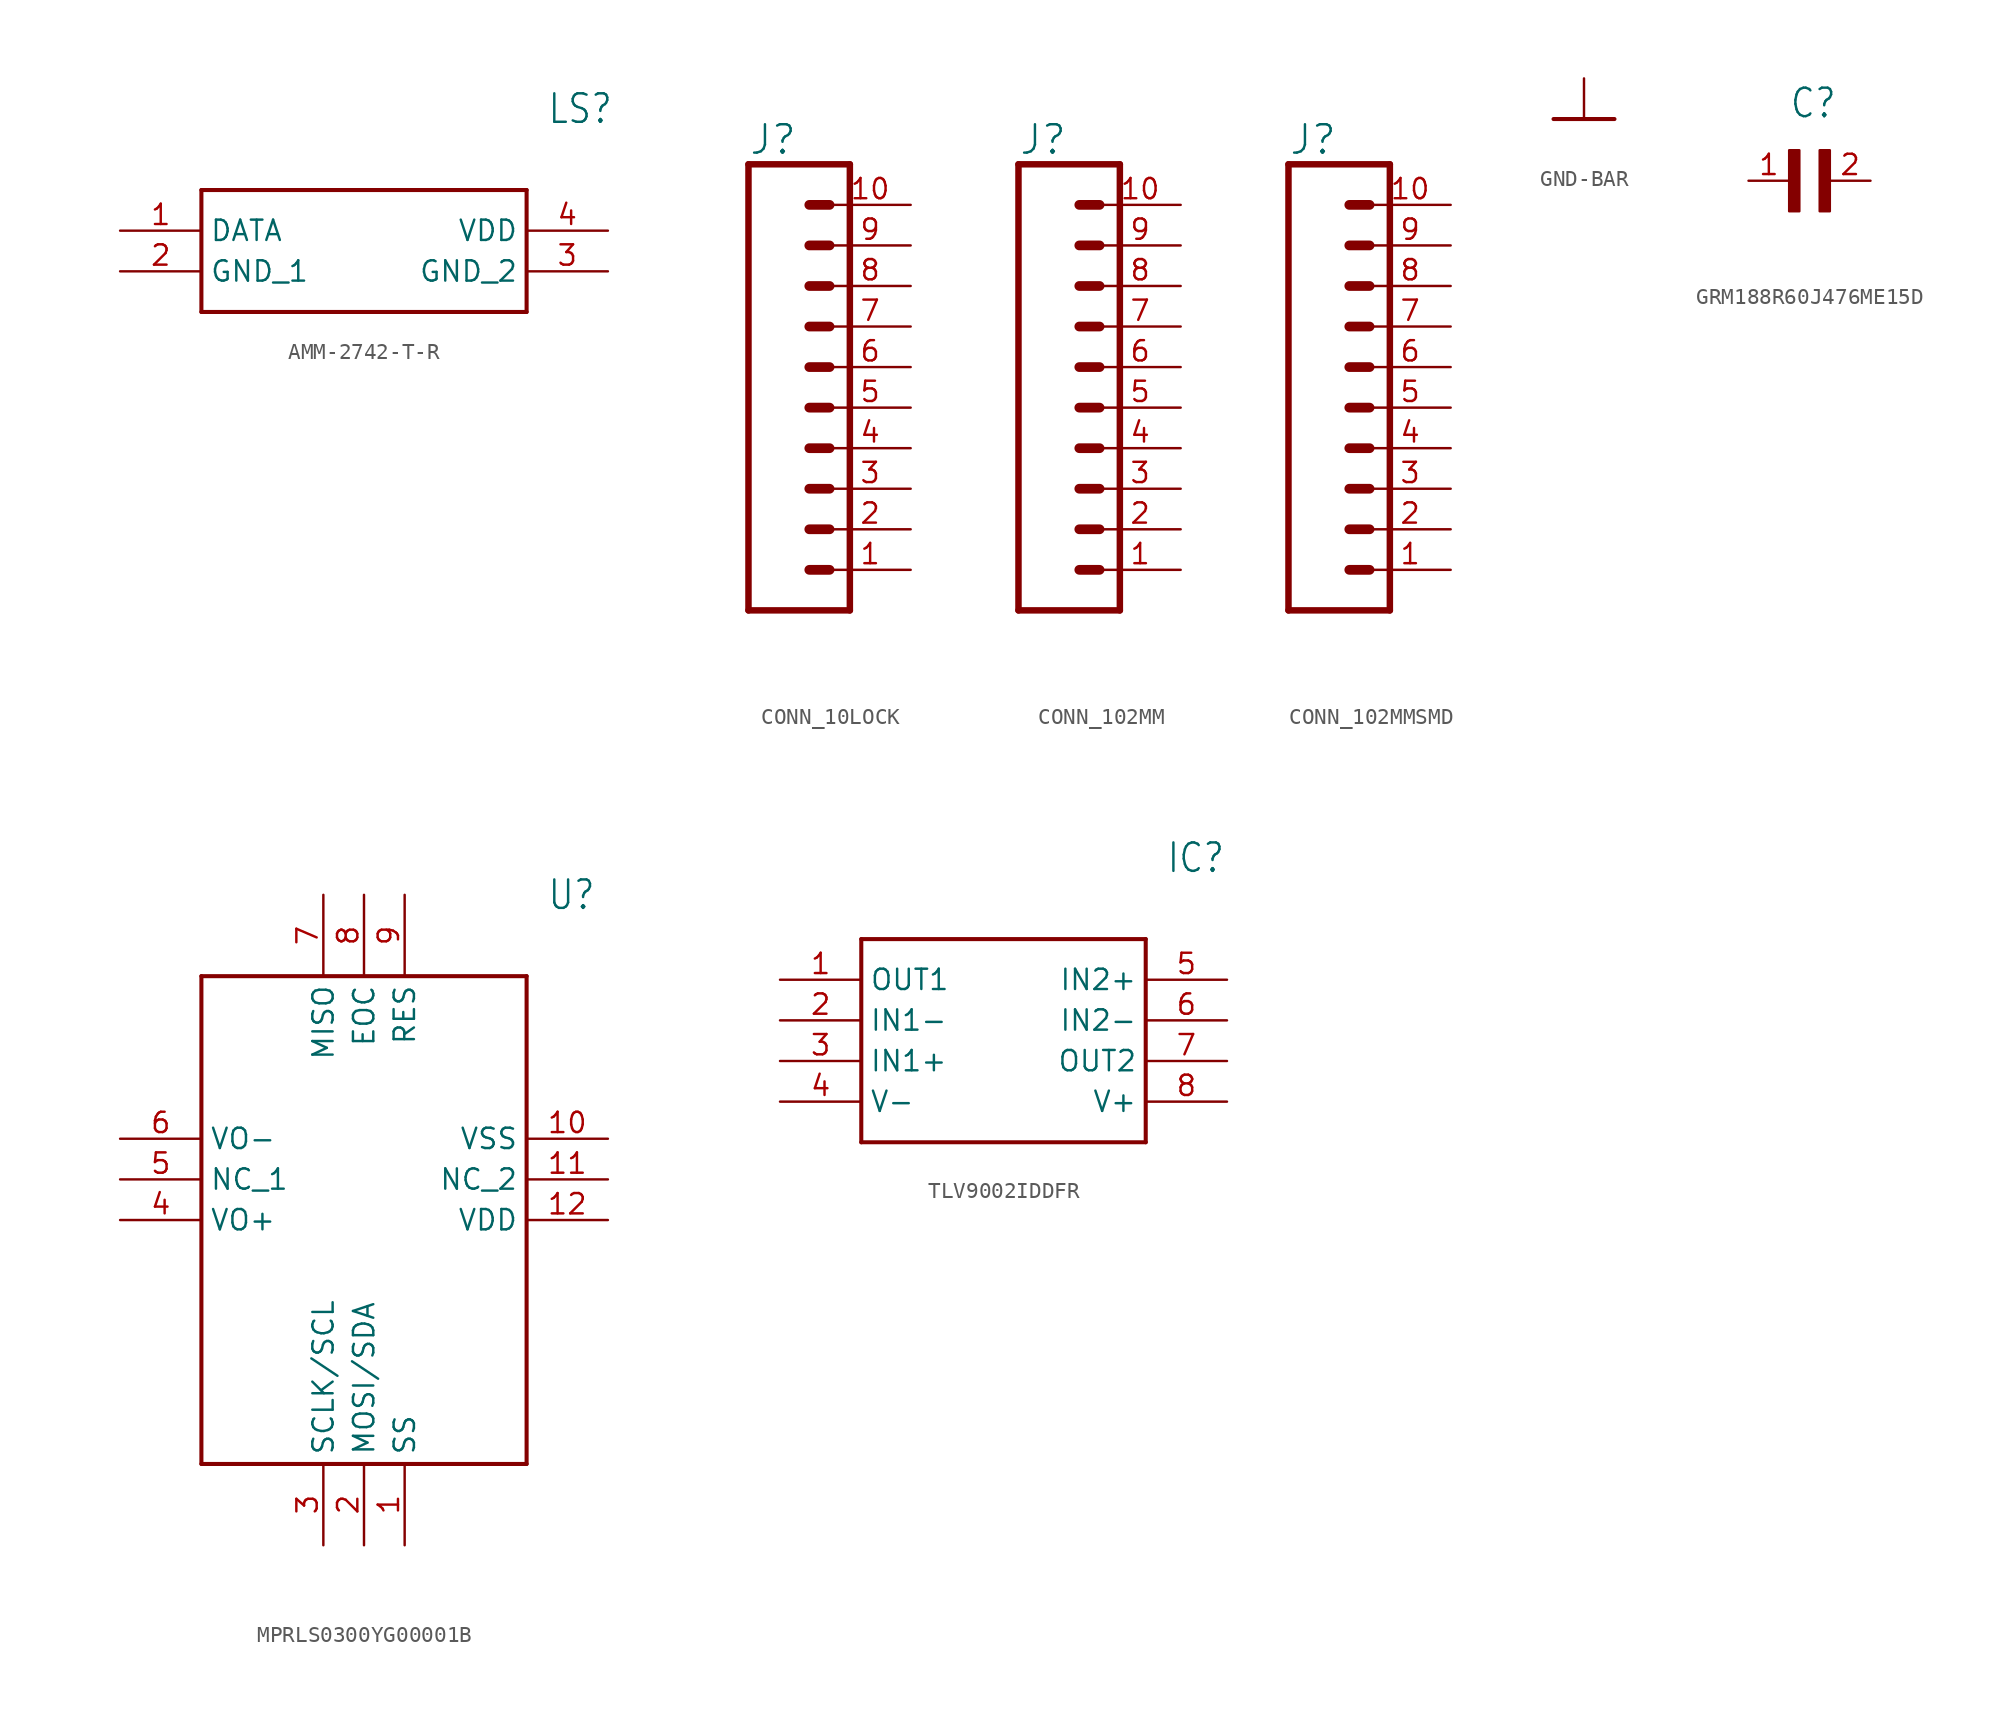
<source format=kicad_sym>
(kicad_symbol_lib
  (version 20231120)
  (generator "kicad_symbol_editor")
  (generator_version "8.0")
  (symbol "AMM-2742-T-R"
    (property "Reference" "LS"
      (at 26.67 7.62 0)
      (effects (font (size 1.778 1.511)) (justify left)))
    (property "Value" ""
      (at 26.67 5.08 0)
      (effects (font (size 1.778 1.511)) (justify left)))
    (property "ki_locked" ""
      (at 0 0 0)
      (effects (font (size 1.27 1.27))))
    (symbol "AMM-2742-T-R_1_0"
      (polyline (pts (xy 5.08 2.54) (xy 5.08 -5.08)) (stroke (width 0.254) (type solid)) (fill (type none)))
      (polyline (pts (xy 5.08 2.54) (xy 25.4 2.54)) (stroke (width 0.254) (type solid)) (fill (type none)))
      (polyline (pts (xy 25.4 -5.08) (xy 5.08 -5.08)) (stroke (width 0.254) (type solid)) (fill (type none)))
      (polyline (pts (xy 25.4 -5.08) (xy 25.4 2.54)) (stroke (width 0.254) (type solid)) (fill (type none)))
      (pin bidirectional line (at 0 0 0) (length 5.08) (name "DATA" (effects (font (size 1.27 1.27)))) (number "1" (effects (font (size 1.27 1.27)))))
      (pin bidirectional line (at 0 -2.54 0) (length 5.08) (name "GND_1" (effects (font (size 1.27 1.27)))) (number "2" (effects (font (size 1.27 1.27)))))
      (pin bidirectional line (at 30.48 -2.54 180) (length 5.08) (name "GND_2" (effects (font (size 1.27 1.27)))) (number "3" (effects (font (size 1.27 1.27)))))
      (pin bidirectional line (at 30.48 0 180) (length 5.08) (name "VDD" (effects (font (size 1.27 1.27)))) (number "4" (effects (font (size 1.27 1.27)))))))
  (symbol "CONN_10LOCK"
    (property "Reference" "J"
      (at 0 8.128 0)
      (effects (font (size 1.778 1.778)) (justify left bottom)))
    (property "Value" ""
      (at 0 -22.606 0)
      (effects (font (size 1.778 1.778)) (justify left bottom)))
    (property "ki_locked" ""
      (at 0 0 0)
      (effects (font (size 1.27 1.27))))
    (symbol "CONN_10LOCK_1_0"
      (polyline (pts (xy 0 7.62) (xy 0 -20.32)) (stroke (width 0.406) (type solid)) (fill (type none)))
      (polyline (pts (xy 0 7.62) (xy 6.35 7.62)) (stroke (width 0.406) (type solid)) (fill (type none)))
      (polyline (pts (xy 3.81 -17.78) (xy 5.08 -17.78)) (stroke (width 0.61) (type solid)) (fill (type none)))
      (polyline (pts (xy 3.81 -15.24) (xy 5.08 -15.24)) (stroke (width 0.61) (type solid)) (fill (type none)))
      (polyline (pts (xy 3.81 -12.7) (xy 5.08 -12.7)) (stroke (width 0.61) (type solid)) (fill (type none)))
      (polyline (pts (xy 3.81 -10.16) (xy 5.08 -10.16)) (stroke (width 0.61) (type solid)) (fill (type none)))
      (polyline (pts (xy 3.81 -7.62) (xy 5.08 -7.62)) (stroke (width 0.61) (type solid)) (fill (type none)))
      (polyline (pts (xy 3.81 -5.08) (xy 5.08 -5.08)) (stroke (width 0.61) (type solid)) (fill (type none)))
      (polyline (pts (xy 3.81 -2.54) (xy 5.08 -2.54)) (stroke (width 0.61) (type solid)) (fill (type none)))
      (polyline (pts (xy 3.81 0) (xy 5.08 0)) (stroke (width 0.61) (type solid)) (fill (type none)))
      (polyline (pts (xy 3.81 2.54) (xy 5.08 2.54)) (stroke (width 0.61) (type solid)) (fill (type none)))
      (polyline (pts (xy 3.81 5.08) (xy 5.08 5.08)) (stroke (width 0.61) (type solid)) (fill (type none)))
      (polyline (pts (xy 6.35 -20.32) (xy 0 -20.32)) (stroke (width 0.406) (type solid)) (fill (type none)))
      (polyline (pts (xy 6.35 -20.32) (xy 6.35 7.62)) (stroke (width 0.406) (type solid)) (fill (type none)))
      (pin passive line (at 10.16 -17.78 180) (length 5.08) (name "1" (effects (font (size 0 0)))) (number "1" (effects (font (size 1.27 1.27)))))
      (pin passive line (at 10.16 5.08 180) (length 5.08) (name "10" (effects (font (size 0 0)))) (number "10" (effects (font (size 1.27 1.27)))))
      (pin passive line (at 10.16 -15.24 180) (length 5.08) (name "2" (effects (font (size 0 0)))) (number "2" (effects (font (size 1.27 1.27)))))
      (pin passive line (at 10.16 -12.7 180) (length 5.08) (name "3" (effects (font (size 0 0)))) (number "3" (effects (font (size 1.27 1.27)))))
      (pin passive line (at 10.16 -10.16 180) (length 5.08) (name "4" (effects (font (size 0 0)))) (number "4" (effects (font (size 1.27 1.27)))))
      (pin passive line (at 10.16 -7.62 180) (length 5.08) (name "5" (effects (font (size 0 0)))) (number "5" (effects (font (size 1.27 1.27)))))
      (pin passive line (at 10.16 -5.08 180) (length 5.08) (name "6" (effects (font (size 0 0)))) (number "6" (effects (font (size 1.27 1.27)))))
      (pin passive line (at 10.16 -2.54 180) (length 5.08) (name "7" (effects (font (size 0 0)))) (number "7" (effects (font (size 1.27 1.27)))))
      (pin passive line (at 10.16 0 180) (length 5.08) (name "8" (effects (font (size 0 0)))) (number "8" (effects (font (size 1.27 1.27)))))
      (pin passive line (at 10.16 2.54 180) (length 5.08) (name "9" (effects (font (size 0 0)))) (number "9" (effects (font (size 1.27 1.27)))))))
  (symbol "CONN_102MM"
    (property "Reference" "J"
      (at 0 8.128 0)
      (effects (font (size 1.778 1.778)) (justify left bottom)))
    (property "Value" ""
      (at 0 -22.606 0)
      (effects (font (size 1.778 1.778)) (justify left bottom)))
    (property "ki_locked" ""
      (at 0 0 0)
      (effects (font (size 1.27 1.27))))
    (symbol "CONN_102MM_1_0"
      (polyline (pts (xy 0 7.62) (xy 0 -20.32)) (stroke (width 0.406) (type solid)) (fill (type none)))
      (polyline (pts (xy 0 7.62) (xy 6.35 7.62)) (stroke (width 0.406) (type solid)) (fill (type none)))
      (polyline (pts (xy 3.81 -17.78) (xy 5.08 -17.78)) (stroke (width 0.61) (type solid)) (fill (type none)))
      (polyline (pts (xy 3.81 -15.24) (xy 5.08 -15.24)) (stroke (width 0.61) (type solid)) (fill (type none)))
      (polyline (pts (xy 3.81 -12.7) (xy 5.08 -12.7)) (stroke (width 0.61) (type solid)) (fill (type none)))
      (polyline (pts (xy 3.81 -10.16) (xy 5.08 -10.16)) (stroke (width 0.61) (type solid)) (fill (type none)))
      (polyline (pts (xy 3.81 -7.62) (xy 5.08 -7.62)) (stroke (width 0.61) (type solid)) (fill (type none)))
      (polyline (pts (xy 3.81 -5.08) (xy 5.08 -5.08)) (stroke (width 0.61) (type solid)) (fill (type none)))
      (polyline (pts (xy 3.81 -2.54) (xy 5.08 -2.54)) (stroke (width 0.61) (type solid)) (fill (type none)))
      (polyline (pts (xy 3.81 0) (xy 5.08 0)) (stroke (width 0.61) (type solid)) (fill (type none)))
      (polyline (pts (xy 3.81 2.54) (xy 5.08 2.54)) (stroke (width 0.61) (type solid)) (fill (type none)))
      (polyline (pts (xy 3.81 5.08) (xy 5.08 5.08)) (stroke (width 0.61) (type solid)) (fill (type none)))
      (polyline (pts (xy 6.35 -20.32) (xy 0 -20.32)) (stroke (width 0.406) (type solid)) (fill (type none)))
      (polyline (pts (xy 6.35 -20.32) (xy 6.35 7.62)) (stroke (width 0.406) (type solid)) (fill (type none)))
      (pin passive line (at 10.16 -17.78 180) (length 5.08) (name "1" (effects (font (size 0 0)))) (number "1" (effects (font (size 1.27 1.27)))))
      (pin passive line (at 10.16 5.08 180) (length 5.08) (name "10" (effects (font (size 0 0)))) (number "10" (effects (font (size 1.27 1.27)))))
      (pin passive line (at 10.16 -15.24 180) (length 5.08) (name "2" (effects (font (size 0 0)))) (number "2" (effects (font (size 1.27 1.27)))))
      (pin passive line (at 10.16 -12.7 180) (length 5.08) (name "3" (effects (font (size 0 0)))) (number "3" (effects (font (size 1.27 1.27)))))
      (pin passive line (at 10.16 -10.16 180) (length 5.08) (name "4" (effects (font (size 0 0)))) (number "4" (effects (font (size 1.27 1.27)))))
      (pin passive line (at 10.16 -7.62 180) (length 5.08) (name "5" (effects (font (size 0 0)))) (number "5" (effects (font (size 1.27 1.27)))))
      (pin passive line (at 10.16 -5.08 180) (length 5.08) (name "6" (effects (font (size 0 0)))) (number "6" (effects (font (size 1.27 1.27)))))
      (pin passive line (at 10.16 -2.54 180) (length 5.08) (name "7" (effects (font (size 0 0)))) (number "7" (effects (font (size 1.27 1.27)))))
      (pin passive line (at 10.16 0 180) (length 5.08) (name "8" (effects (font (size 0 0)))) (number "8" (effects (font (size 1.27 1.27)))))
      (pin passive line (at 10.16 2.54 180) (length 5.08) (name "9" (effects (font (size 0 0)))) (number "9" (effects (font (size 1.27 1.27)))))))
  (symbol "CONN_102MMSMD"
    (property "Reference" "J"
      (at 0 8.128 0)
      (effects (font (size 1.778 1.778)) (justify left bottom)))
    (property "Value" ""
      (at 0 -22.606 0)
      (effects (font (size 1.778 1.778)) (justify left bottom)))
    (property "ki_locked" ""
      (at 0 0 0)
      (effects (font (size 1.27 1.27))))
    (symbol "CONN_102MMSMD_1_0"
      (polyline (pts (xy 0 7.62) (xy 0 -20.32)) (stroke (width 0.406) (type solid)) (fill (type none)))
      (polyline (pts (xy 0 7.62) (xy 6.35 7.62)) (stroke (width 0.406) (type solid)) (fill (type none)))
      (polyline (pts (xy 3.81 -17.78) (xy 5.08 -17.78)) (stroke (width 0.61) (type solid)) (fill (type none)))
      (polyline (pts (xy 3.81 -15.24) (xy 5.08 -15.24)) (stroke (width 0.61) (type solid)) (fill (type none)))
      (polyline (pts (xy 3.81 -12.7) (xy 5.08 -12.7)) (stroke (width 0.61) (type solid)) (fill (type none)))
      (polyline (pts (xy 3.81 -10.16) (xy 5.08 -10.16)) (stroke (width 0.61) (type solid)) (fill (type none)))
      (polyline (pts (xy 3.81 -7.62) (xy 5.08 -7.62)) (stroke (width 0.61) (type solid)) (fill (type none)))
      (polyline (pts (xy 3.81 -5.08) (xy 5.08 -5.08)) (stroke (width 0.61) (type solid)) (fill (type none)))
      (polyline (pts (xy 3.81 -2.54) (xy 5.08 -2.54)) (stroke (width 0.61) (type solid)) (fill (type none)))
      (polyline (pts (xy 3.81 0) (xy 5.08 0)) (stroke (width 0.61) (type solid)) (fill (type none)))
      (polyline (pts (xy 3.81 2.54) (xy 5.08 2.54)) (stroke (width 0.61) (type solid)) (fill (type none)))
      (polyline (pts (xy 3.81 5.08) (xy 5.08 5.08)) (stroke (width 0.61) (type solid)) (fill (type none)))
      (polyline (pts (xy 6.35 -20.32) (xy 0 -20.32)) (stroke (width 0.406) (type solid)) (fill (type none)))
      (polyline (pts (xy 6.35 -20.32) (xy 6.35 7.62)) (stroke (width 0.406) (type solid)) (fill (type none)))
      (pin passive line (at 10.16 -17.78 180) (length 5.08) (name "1" (effects (font (size 0 0)))) (number "1" (effects (font (size 1.27 1.27)))))
      (pin passive line (at 10.16 5.08 180) (length 5.08) (name "10" (effects (font (size 0 0)))) (number "10" (effects (font (size 1.27 1.27)))))
      (pin passive line (at 10.16 -15.24 180) (length 5.08) (name "2" (effects (font (size 0 0)))) (number "2" (effects (font (size 1.27 1.27)))))
      (pin passive line (at 10.16 -12.7 180) (length 5.08) (name "3" (effects (font (size 0 0)))) (number "3" (effects (font (size 1.27 1.27)))))
      (pin passive line (at 10.16 -10.16 180) (length 5.08) (name "4" (effects (font (size 0 0)))) (number "4" (effects (font (size 1.27 1.27)))))
      (pin passive line (at 10.16 -7.62 180) (length 5.08) (name "5" (effects (font (size 0 0)))) (number "5" (effects (font (size 1.27 1.27)))))
      (pin passive line (at 10.16 -5.08 180) (length 5.08) (name "6" (effects (font (size 0 0)))) (number "6" (effects (font (size 1.27 1.27)))))
      (pin passive line (at 10.16 -2.54 180) (length 5.08) (name "7" (effects (font (size 0 0)))) (number "7" (effects (font (size 1.27 1.27)))))
      (pin passive line (at 10.16 0 180) (length 5.08) (name "8" (effects (font (size 0 0)))) (number "8" (effects (font (size 1.27 1.27)))))
      (pin passive line (at 10.16 2.54 180) (length 5.08) (name "9" (effects (font (size 0 0)))) (number "9" (effects (font (size 1.27 1.27)))))))
  (symbol "GND-BAR"
    (power)
    (property "Reference" "#SUPPLY"
      (at 0 0 0)
      (effects (font (size 1.27 1.27)) (hide yes)))
    (property "Value" ""
      (at 0 -1.905 0)
      (effects (font (size 1.778 1.511))))
    (property "ki_locked" ""
      (at 0 0 0)
      (effects (font (size 1.27 1.27))))
    (symbol "GND-BAR_1_0"
      (polyline (pts (xy -1.905 0) (xy 1.905 0)) (stroke (width 0.254) (type solid)) (fill (type none)))
      (pin power_in line (at 0 2.54 270) (length 2.54) (name "GND" (effects (font (size 0 0)))) (number "1" (effects (font (size 0 0)))))))
  (symbol "GRM188R60J476ME15D"
    (property "Reference" "C"
      (at 0 3.811 0)
      (effects (font (size 1.778 1.512)) (justify left bottom)))
    (property "Value" ""
      (at 0 -5.088 0)
      (effects (font (size 1.781 1.514)) (justify left bottom)))
    (property "ki_locked" ""
      (at 0 0 0)
      (effects (font (size 1.27 1.27))))
    (symbol "GRM188R60J476ME15D_1_0"
      (rectangle (start 0 -1.907) (end 0.635 1.905) (stroke (width 0) (type default)) (fill (type outline)))
      (rectangle (start 1.907 -1.907) (end 2.54 1.905) (stroke (width 0) (type default)) (fill (type outline)))
      (pin passive line (at -2.54 0 0) (length 2.54) (name "1" (effects (font (size 0 0)))) (number "1" (effects (font (size 1.27 1.27)))))
      (pin passive line (at 5.08 0 180) (length 2.54) (name "2" (effects (font (size 0 0)))) (number "2" (effects (font (size 1.27 1.27)))))))
  (symbol "MPRLS0300YG00001B"
    (property "Reference" "U"
      (at 26.67 15.24 0)
      (effects (font (size 1.778 1.511)) (justify left)))
    (property "Value" ""
      (at 26.67 12.7 0)
      (effects (font (size 1.778 1.511)) (justify left)))
    (property "ki_locked" ""
      (at 0 0 0)
      (effects (font (size 1.27 1.27))))
    (symbol "MPRLS0300YG00001B_1_0"
      (polyline (pts (xy 5.08 10.16) (xy 5.08 -20.32)) (stroke (width 0.254) (type solid)) (fill (type none)))
      (polyline (pts (xy 5.08 10.16) (xy 25.4 10.16)) (stroke (width 0.254) (type solid)) (fill (type none)))
      (polyline (pts (xy 25.4 -20.32) (xy 5.08 -20.32)) (stroke (width 0.254) (type solid)) (fill (type none)))
      (polyline (pts (xy 25.4 -20.32) (xy 25.4 10.16)) (stroke (width 0.254) (type solid)) (fill (type none)))
      (pin bidirectional line (at 17.78 -25.4 90) (length 5.08) (name "SS" (effects (font (size 1.27 1.27)))) (number "1" (effects (font (size 1.27 1.27)))))
      (pin bidirectional line (at 30.48 0 180) (length 5.08) (name "VSS" (effects (font (size 1.27 1.27)))) (number "10" (effects (font (size 1.27 1.27)))))
      (pin bidirectional line (at 30.48 -2.54 180) (length 5.08) (name "NC_2" (effects (font (size 1.27 1.27)))) (number "11" (effects (font (size 1.27 1.27)))))
      (pin bidirectional line (at 30.48 -5.08 180) (length 5.08) (name "VDD" (effects (font (size 1.27 1.27)))) (number "12" (effects (font (size 1.27 1.27)))))
      (pin bidirectional line (at 15.24 -25.4 90) (length 5.08) (name "MOSI/SDA" (effects (font (size 1.27 1.27)))) (number "2" (effects (font (size 1.27 1.27)))))
      (pin bidirectional line (at 12.7 -25.4 90) (length 5.08) (name "SCLK/SCL" (effects (font (size 1.27 1.27)))) (number "3" (effects (font (size 1.27 1.27)))))
      (pin bidirectional line (at 0 -5.08 0) (length 5.08) (name "VO+" (effects (font (size 1.27 1.27)))) (number "4" (effects (font (size 1.27 1.27)))))
      (pin bidirectional line (at 0 -2.54 0) (length 5.08) (name "NC_1" (effects (font (size 1.27 1.27)))) (number "5" (effects (font (size 1.27 1.27)))))
      (pin bidirectional line (at 0 0 0) (length 5.08) (name "VO-" (effects (font (size 1.27 1.27)))) (number "6" (effects (font (size 1.27 1.27)))))
      (pin bidirectional line (at 12.7 15.24 270) (length 5.08) (name "MISO" (effects (font (size 1.27 1.27)))) (number "7" (effects (font (size 1.27 1.27)))))
      (pin bidirectional line (at 15.24 15.24 270) (length 5.08) (name "EOC" (effects (font (size 1.27 1.27)))) (number "8" (effects (font (size 1.27 1.27)))))
      (pin bidirectional line (at 17.78 15.24 270) (length 5.08) (name "RES" (effects (font (size 1.27 1.27)))) (number "9" (effects (font (size 1.27 1.27)))))))
  (symbol "TLV9002IDDFR"
    (property "Reference" "IC"
      (at 24.13 7.62 0)
      (effects (font (size 1.778 1.511)) (justify left)))
    (property "Value" ""
      (at 24.13 5.08 0)
      (effects (font (size 1.778 1.511)) (justify left)))
    (property "ki_locked" ""
      (at 0 0 0)
      (effects (font (size 1.27 1.27))))
    (symbol "TLV9002IDDFR_1_0"
      (polyline (pts (xy 5.08 2.54) (xy 5.08 -10.16)) (stroke (width 0.254) (type solid)) (fill (type none)))
      (polyline (pts (xy 5.08 2.54) (xy 22.86 2.54)) (stroke (width 0.254) (type solid)) (fill (type none)))
      (polyline (pts (xy 22.86 -10.16) (xy 5.08 -10.16)) (stroke (width 0.254) (type solid)) (fill (type none)))
      (polyline (pts (xy 22.86 -10.16) (xy 22.86 2.54)) (stroke (width 0.254) (type solid)) (fill (type none)))
      (pin bidirectional line (at 0 0 0) (length 5.08) (name "OUT1" (effects (font (size 1.27 1.27)))) (number "1" (effects (font (size 1.27 1.27)))))
      (pin bidirectional line (at 0 -2.54 0) (length 5.08) (name "IN1-" (effects (font (size 1.27 1.27)))) (number "2" (effects (font (size 1.27 1.27)))))
      (pin bidirectional line (at 0 -5.08 0) (length 5.08) (name "IN1+" (effects (font (size 1.27 1.27)))) (number "3" (effects (font (size 1.27 1.27)))))
      (pin bidirectional line (at 0 -7.62 0) (length 5.08) (name "V-" (effects (font (size 1.27 1.27)))) (number "4" (effects (font (size 1.27 1.27)))))
      (pin bidirectional line (at 27.94 0 180) (length 5.08) (name "IN2+" (effects (font (size 1.27 1.27)))) (number "5" (effects (font (size 1.27 1.27)))))
      (pin bidirectional line (at 27.94 -2.54 180) (length 5.08) (name "IN2-" (effects (font (size 1.27 1.27)))) (number "6" (effects (font (size 1.27 1.27)))))
      (pin bidirectional line (at 27.94 -5.08 180) (length 5.08) (name "OUT2" (effects (font (size 1.27 1.27)))) (number "7" (effects (font (size 1.27 1.27)))))
      (pin bidirectional line (at 27.94 -7.62 180) (length 5.08) (name "V+" (effects (font (size 1.27 1.27)))) (number "8" (effects (font (size 1.27 1.27))))))))
</source>
